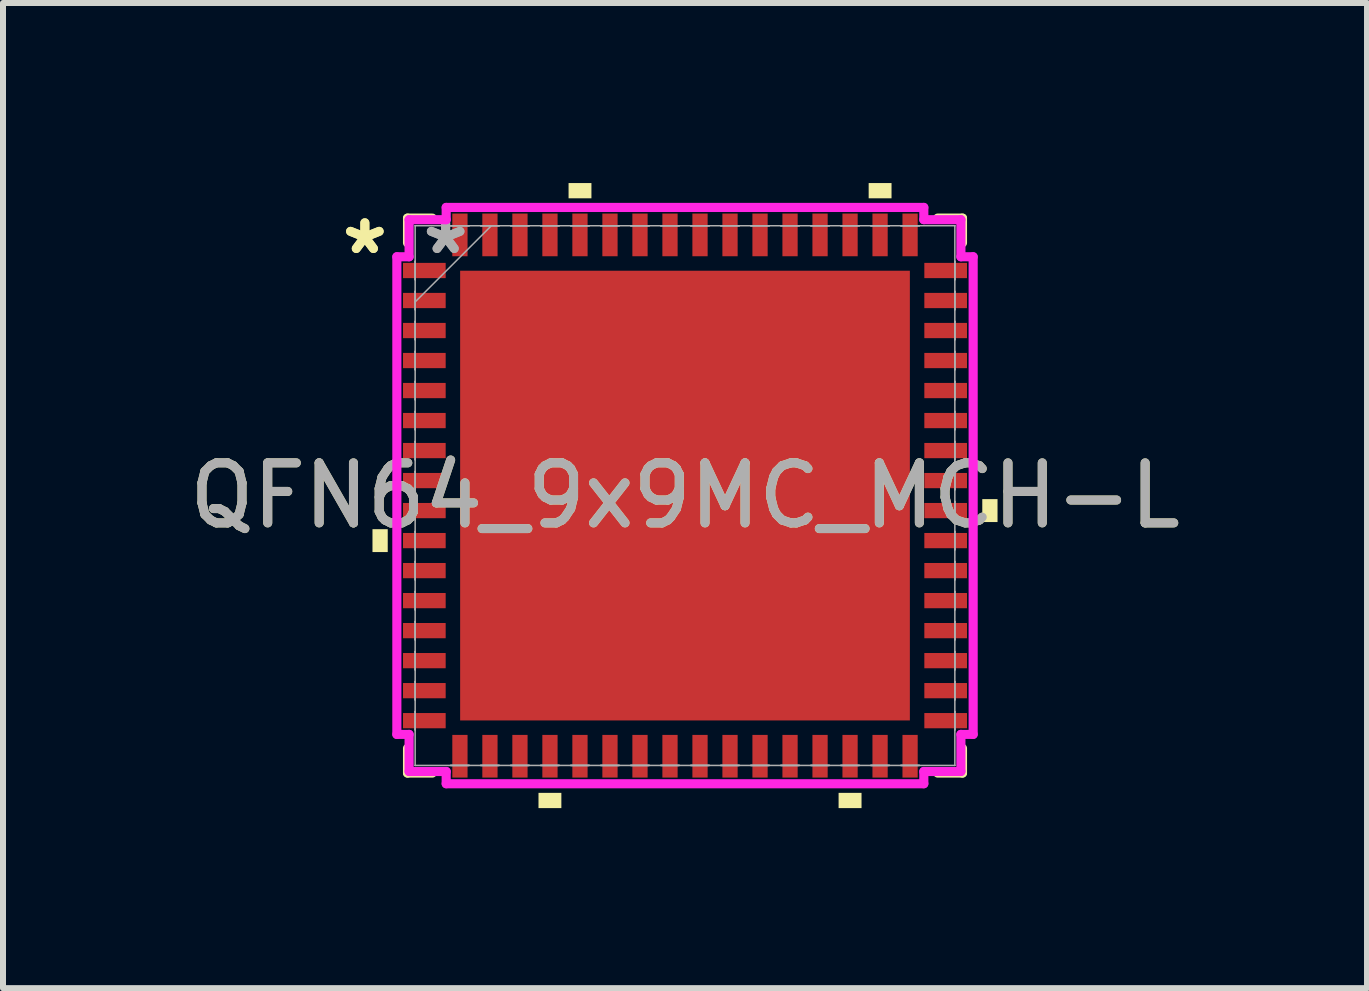
<source format=kicad_pcb>
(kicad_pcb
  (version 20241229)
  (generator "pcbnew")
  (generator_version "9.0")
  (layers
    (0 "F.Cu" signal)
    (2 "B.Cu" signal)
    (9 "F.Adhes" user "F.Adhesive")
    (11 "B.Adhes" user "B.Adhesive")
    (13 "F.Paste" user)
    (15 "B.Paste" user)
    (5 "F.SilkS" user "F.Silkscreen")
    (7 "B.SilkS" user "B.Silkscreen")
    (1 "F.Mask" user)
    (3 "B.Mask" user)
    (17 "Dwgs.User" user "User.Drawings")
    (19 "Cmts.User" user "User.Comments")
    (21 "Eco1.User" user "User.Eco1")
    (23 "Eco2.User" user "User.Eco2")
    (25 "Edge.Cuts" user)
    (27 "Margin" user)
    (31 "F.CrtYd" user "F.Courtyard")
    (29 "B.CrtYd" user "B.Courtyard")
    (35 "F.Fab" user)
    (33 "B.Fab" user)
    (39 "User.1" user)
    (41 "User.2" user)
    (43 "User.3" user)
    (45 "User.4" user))
  (footprint "QFN64_9x9MC_MCH-L"
    (layer "F.Cu")
    (at 8.363 5.207)
    (property "Reference" "QFN64_9x9MC_MCH-L" (at 0 0 0) (unlocked yes) (layer "F.SilkS") (effects (font (size 1 1) (thickness 0.15))))
    (attr smd)
    (fp_line (start -4.623 -4.623) (end -4.623 -4.21) (stroke (width 0.152) (type solid)) (layer "F.SilkS"))
    (fp_line (start -4.623 4.21) (end -4.623 4.623) (stroke (width 0.152) (type solid)) (layer "F.SilkS"))
    (fp_line (start -4.623 4.623) (end -4.21 4.623) (stroke (width 0.152) (type solid)) (layer "F.SilkS"))
    (fp_line (start -4.21 -4.623) (end -4.623 -4.623) (stroke (width 0.152) (type solid)) (layer "F.SilkS"))
    (fp_line (start 4.21 4.623) (end 4.623 4.623) (stroke (width 0.152) (type solid)) (layer "F.SilkS"))
    (fp_line (start 4.623 -4.623) (end 4.21 -4.623) (stroke (width 0.152) (type solid)) (layer "F.SilkS"))
    (fp_line (start 4.623 -4.21) (end 4.623 -4.623) (stroke (width 0.152) (type solid)) (layer "F.SilkS"))
    (fp_line (start 4.623 4.623) (end 4.623 4.21) (stroke (width 0.152) (type solid)) (layer "F.SilkS"))
    (fp_poly (pts (xy -5.207 0.56) (xy -5.207 0.941) (xy -4.953 0.941) (xy -4.953 0.56)) (stroke (width 0) (type solid)) (fill yes) (layer "F.SilkS"))
    (fp_poly (pts (xy -2.441 4.953) (xy -2.441 5.207) (xy -2.06 5.207) (xy -2.06 4.953)) (stroke (width 0) (type solid)) (fill yes) (layer "F.SilkS"))
    (fp_poly (pts (xy -1.94 -4.953) (xy -1.94 -5.207) (xy -1.559 -5.207) (xy -1.559 -4.953)) (stroke (width 0) (type solid)) (fill yes) (layer "F.SilkS"))
    (fp_poly (pts (xy 2.559 4.953) (xy 2.559 5.207) (xy 2.941 5.207) (xy 2.941 4.953)) (stroke (width 0) (type solid)) (fill yes) (layer "F.SilkS"))
    (fp_poly (pts (xy 3.06 -4.953) (xy 3.06 -5.207) (xy 3.441 -5.207) (xy 3.441 -4.953)) (stroke (width 0) (type solid)) (fill yes) (layer "F.SilkS"))
    (fp_poly (pts (xy 5.207 0.059) (xy 5.207 0.441) (xy 4.953 0.441) (xy 4.953 0.059)) (stroke (width 0) (type solid)) (fill yes) (layer "F.SilkS"))
    (fp_poly (pts (xy -3.647 -3.647) (xy -3.647 -2.348) (xy -2.348 -2.348) (xy -2.348 -3.647)) (stroke (width 0) (type solid)) (fill yes) (layer "F.Paste"))
    (fp_poly (pts (xy -3.647 -2.148) (xy -3.647 -0.849) (xy -2.348 -0.849) (xy -2.348 -2.148)) (stroke (width 0) (type solid)) (fill yes) (layer "F.Paste"))
    (fp_poly (pts (xy -3.647 -0.649) (xy -3.647 0.649) (xy -2.348 0.649) (xy -2.348 -0.649)) (stroke (width 0) (type solid)) (fill yes) (layer "F.Paste"))
    (fp_poly (pts (xy -3.647 0.849) (xy -3.647 2.148) (xy -2.348 2.148) (xy -2.348 0.849)) (stroke (width 0) (type solid)) (fill yes) (layer "F.Paste"))
    (fp_poly (pts (xy -3.647 2.348) (xy -3.647 3.647) (xy -2.348 3.647) (xy -2.348 2.348)) (stroke (width 0) (type solid)) (fill yes) (layer "F.Paste"))
    (fp_poly (pts (xy -2.148 -3.647) (xy -2.148 -2.348) (xy -0.849 -2.348) (xy -0.849 -3.647)) (stroke (width 0) (type solid)) (fill yes) (layer "F.Paste"))
    (fp_poly (pts (xy -2.148 -2.148) (xy -2.148 -0.849) (xy -0.849 -0.849) (xy -0.849 -2.148)) (stroke (width 0) (type solid)) (fill yes) (layer "F.Paste"))
    (fp_poly (pts (xy -2.148 -0.649) (xy -2.148 0.649) (xy -0.849 0.649) (xy -0.849 -0.649)) (stroke (width 0) (type solid)) (fill yes) (layer "F.Paste"))
    (fp_poly (pts (xy -2.148 0.849) (xy -2.148 2.148) (xy -0.849 2.148) (xy -0.849 0.849)) (stroke (width 0) (type solid)) (fill yes) (layer "F.Paste"))
    (fp_poly (pts (xy -2.148 2.348) (xy -2.148 3.647) (xy -0.849 3.647) (xy -0.849 2.348)) (stroke (width 0) (type solid)) (fill yes) (layer "F.Paste"))
    (fp_poly (pts (xy -0.649 -3.647) (xy -0.649 -2.348) (xy 0.649 -2.348) (xy 0.649 -3.647)) (stroke (width 0) (type solid)) (fill yes) (layer "F.Paste"))
    (fp_poly (pts (xy -0.649 -2.148) (xy -0.649 -0.849) (xy 0.649 -0.849) (xy 0.649 -2.148)) (stroke (width 0) (type solid)) (fill yes) (layer "F.Paste"))
    (fp_poly (pts (xy -0.649 -0.649) (xy -0.649 0.649) (xy 0.649 0.649) (xy 0.649 -0.649)) (stroke (width 0) (type solid)) (fill yes) (layer "F.Paste"))
    (fp_poly (pts (xy -0.649 0.849) (xy -0.649 2.148) (xy 0.649 2.148) (xy 0.649 0.849)) (stroke (width 0) (type solid)) (fill yes) (layer "F.Paste"))
    (fp_poly (pts (xy -0.649 2.348) (xy -0.649 3.647) (xy 0.649 3.647) (xy 0.649 2.348)) (stroke (width 0) (type solid)) (fill yes) (layer "F.Paste"))
    (fp_poly (pts (xy 0.849 -3.647) (xy 0.849 -2.348) (xy 2.148 -2.348) (xy 2.148 -3.647)) (stroke (width 0) (type solid)) (fill yes) (layer "F.Paste"))
    (fp_poly (pts (xy 0.849 -2.148) (xy 0.849 -0.849) (xy 2.148 -0.849) (xy 2.148 -2.148)) (stroke (width 0) (type solid)) (fill yes) (layer "F.Paste"))
    (fp_poly (pts (xy 0.849 -0.649) (xy 0.849 0.649) (xy 2.148 0.649) (xy 2.148 -0.649)) (stroke (width 0) (type solid)) (fill yes) (layer "F.Paste"))
    (fp_poly (pts (xy 0.849 0.849) (xy 0.849 2.148) (xy 2.148 2.148) (xy 2.148 0.849)) (stroke (width 0) (type solid)) (fill yes) (layer "F.Paste"))
    (fp_poly (pts (xy 0.849 2.348) (xy 0.849 3.647) (xy 2.148 3.647) (xy 2.148 2.348)) (stroke (width 0) (type solid)) (fill yes) (layer "F.Paste"))
    (fp_poly (pts (xy 2.348 -3.647) (xy 2.348 -2.348) (xy 3.647 -2.348) (xy 3.647 -3.647)) (stroke (width 0) (type solid)) (fill yes) (layer "F.Paste"))
    (fp_poly (pts (xy 2.348 -2.148) (xy 2.348 -0.849) (xy 3.647 -0.849) (xy 3.647 -2.148)) (stroke (width 0) (type solid)) (fill yes) (layer "F.Paste"))
    (fp_poly (pts (xy 2.348 -0.649) (xy 2.348 0.649) (xy 3.647 0.649) (xy 3.647 -0.649)) (stroke (width 0) (type solid)) (fill yes) (layer "F.Paste"))
    (fp_poly (pts (xy 2.348 0.849) (xy 2.348 2.148) (xy 3.647 2.148) (xy 3.647 0.849)) (stroke (width 0) (type solid)) (fill yes) (layer "F.Paste"))
    (fp_poly (pts (xy 2.348 2.348) (xy 2.348 3.647) (xy 3.647 3.647) (xy 3.647 2.348)) (stroke (width 0) (type solid)) (fill yes) (layer "F.Paste"))
    (fp_line (start -4.801 -3.979) (end -4.597 -3.979) (stroke (width 0.152) (type solid)) (layer "F.CrtYd"))
    (fp_line (start -4.801 3.979) (end -4.801 -3.979) (stroke (width 0.152) (type solid)) (layer "F.CrtYd"))
    (fp_line (start -4.597 -4.597) (end -3.979 -4.597) (stroke (width 0.152) (type solid)) (layer "F.CrtYd"))
    (fp_line (start -4.597 -3.979) (end -4.597 -4.597) (stroke (width 0.152) (type solid)) (layer "F.CrtYd"))
    (fp_line (start -4.597 3.979) (end -4.801 3.979) (stroke (width 0.152) (type solid)) (layer "F.CrtYd"))
    (fp_line (start -4.597 4.597) (end -4.597 3.979) (stroke (width 0.152) (type solid)) (layer "F.CrtYd"))
    (fp_line (start -3.979 -4.801) (end 3.979 -4.801) (stroke (width 0.152) (type solid)) (layer "F.CrtYd"))
    (fp_line (start -3.979 -4.597) (end -3.979 -4.801) (stroke (width 0.152) (type solid)) (layer "F.CrtYd"))
    (fp_line (start -3.979 4.597) (end -4.597 4.597) (stroke (width 0.152) (type solid)) (layer "F.CrtYd"))
    (fp_line (start -3.979 4.801) (end -3.979 4.597) (stroke (width 0.152) (type solid)) (layer "F.CrtYd"))
    (fp_line (start 3.979 -4.801) (end 3.979 -4.597) (stroke (width 0.152) (type solid)) (layer "F.CrtYd"))
    (fp_line (start 3.979 -4.597) (end 4.597 -4.597) (stroke (width 0.152) (type solid)) (layer "F.CrtYd"))
    (fp_line (start 3.979 4.597) (end 3.979 4.801) (stroke (width 0.152) (type solid)) (layer "F.CrtYd"))
    (fp_line (start 3.979 4.801) (end -3.979 4.801) (stroke (width 0.152) (type solid)) (layer "F.CrtYd"))
    (fp_line (start 4.597 -4.597) (end 4.597 -3.979) (stroke (width 0.152) (type solid)) (layer "F.CrtYd"))
    (fp_line (start 4.597 -3.979) (end 4.801 -3.979) (stroke (width 0.152) (type solid)) (layer "F.CrtYd"))
    (fp_line (start 4.597 3.979) (end 4.597 4.597) (stroke (width 0.152) (type solid)) (layer "F.CrtYd"))
    (fp_line (start 4.597 4.597) (end 3.979 4.597) (stroke (width 0.152) (type solid)) (layer "F.CrtYd"))
    (fp_line (start 4.801 -3.979) (end 4.801 3.979) (stroke (width 0.152) (type solid)) (layer "F.CrtYd"))
    (fp_line (start 4.801 3.979) (end 4.597 3.979) (stroke (width 0.152) (type solid)) (layer "F.CrtYd"))
    (fp_line (start -4.496 -4.496) (end -4.496 -4.496) (stroke (width 0.025) (type solid)) (layer "F.Fab"))
    (fp_line (start -4.496 -4.496) (end -4.496 4.496) (stroke (width 0.025) (type solid)) (layer "F.Fab"))
    (fp_line (start -4.496 -3.902) (end -4.496 -3.902) (stroke (width 0.025) (type solid)) (layer "F.Fab"))
    (fp_line (start -4.496 -3.902) (end -4.496 -3.598) (stroke (width 0.025) (type solid)) (layer "F.Fab"))
    (fp_line (start -4.496 -3.598) (end -4.496 -3.902) (stroke (width 0.025) (type solid)) (layer "F.Fab"))
    (fp_line (start -4.496 -3.598) (end -4.496 -3.598) (stroke (width 0.025) (type solid)) (layer "F.Fab"))
    (fp_line (start -4.496 -3.402) (end -4.496 -3.402) (stroke (width 0.025) (type solid)) (layer "F.Fab"))
    (fp_line (start -4.496 -3.402) (end -4.496 -3.098) (stroke (width 0.025) (type solid)) (layer "F.Fab"))
    (fp_line (start -4.496 -3.226) (end -3.226 -4.496) (stroke (width 0.025) (type solid)) (layer "F.Fab"))
    (fp_line (start -4.496 -3.098) (end -4.496 -3.402) (stroke (width 0.025) (type solid)) (layer "F.Fab"))
    (fp_line (start -4.496 -3.098) (end -4.496 -3.098) (stroke (width 0.025) (type solid)) (layer "F.Fab"))
    (fp_line (start -4.496 -2.902) (end -4.496 -2.902) (stroke (width 0.025) (type solid)) (layer "F.Fab"))
    (fp_line (start -4.496 -2.902) (end -4.496 -2.598) (stroke (width 0.025) (type solid)) (layer "F.Fab"))
    (fp_line (start -4.496 -2.598) (end -4.496 -2.902) (stroke (width 0.025) (type solid)) (layer "F.Fab"))
    (fp_line (start -4.496 -2.598) (end -4.496 -2.598) (stroke (width 0.025) (type solid)) (layer "F.Fab"))
    (fp_line (start -4.496 -2.402) (end -4.496 -2.402) (stroke (width 0.025) (type solid)) (layer "F.Fab"))
    (fp_line (start -4.496 -2.402) (end -4.496 -2.098) (stroke (width 0.025) (type solid)) (layer "F.Fab"))
    (fp_line (start -4.496 -2.098) (end -4.496 -2.402) (stroke (width 0.025) (type solid)) (layer "F.Fab"))
    (fp_line (start -4.496 -2.098) (end -4.496 -2.098) (stroke (width 0.025) (type solid)) (layer "F.Fab"))
    (fp_line (start -4.496 -1.902) (end -4.496 -1.902) (stroke (width 0.025) (type solid)) (layer "F.Fab"))
    (fp_line (start -4.496 -1.902) (end -4.496 -1.598) (stroke (width 0.025) (type solid)) (layer "F.Fab"))
    (fp_line (start -4.496 -1.598) (end -4.496 -1.902) (stroke (width 0.025) (type solid)) (layer "F.Fab"))
    (fp_line (start -4.496 -1.598) (end -4.496 -1.598) (stroke (width 0.025) (type solid)) (layer "F.Fab"))
    (fp_line (start -4.496 -1.402) (end -4.496 -1.402) (stroke (width 0.025) (type solid)) (layer "F.Fab"))
    (fp_line (start -4.496 -1.402) (end -4.496 -1.098) (stroke (width 0.025) (type solid)) (layer "F.Fab"))
    (fp_line (start -4.496 -1.098) (end -4.496 -1.402) (stroke (width 0.025) (type solid)) (layer "F.Fab"))
    (fp_line (start -4.496 -1.098) (end -4.496 -1.098) (stroke (width 0.025) (type solid)) (layer "F.Fab"))
    (fp_line (start -4.496 -0.902) (end -4.496 -0.902) (stroke (width 0.025) (type solid)) (layer "F.Fab"))
    (fp_line (start -4.496 -0.902) (end -4.496 -0.598) (stroke (width 0.025) (type solid)) (layer "F.Fab"))
    (fp_line (start -4.496 -0.598) (end -4.496 -0.902) (stroke (width 0.025) (type solid)) (layer "F.Fab"))
    (fp_line (start -4.496 -0.598) (end -4.496 -0.598) (stroke (width 0.025) (type solid)) (layer "F.Fab"))
    (fp_line (start -4.496 -0.402) (end -4.496 -0.402) (stroke (width 0.025) (type solid)) (layer "F.Fab"))
    (fp_line (start -4.496 -0.402) (end -4.496 -0.098) (stroke (width 0.025) (type solid)) (layer "F.Fab"))
    (fp_line (start -4.496 -0.098) (end -4.496 -0.402) (stroke (width 0.025) (type solid)) (layer "F.Fab"))
    (fp_line (start -4.496 -0.098) (end -4.496 -0.098) (stroke (width 0.025) (type solid)) (layer "F.Fab"))
    (fp_line (start -4.496 0.098) (end -4.496 0.098) (stroke (width 0.025) (type solid)) (layer "F.Fab"))
    (fp_line (start -4.496 0.098) (end -4.496 0.402) (stroke (width 0.025) (type solid)) (layer "F.Fab"))
    (fp_line (start -4.496 0.402) (end -4.496 0.098) (stroke (width 0.025) (type solid)) (layer "F.Fab"))
    (fp_line (start -4.496 0.402) (end -4.496 0.402) (stroke (width 0.025) (type solid)) (layer "F.Fab"))
    (fp_line (start -4.496 0.598) (end -4.496 0.598) (stroke (width 0.025) (type solid)) (layer "F.Fab"))
    (fp_line (start -4.496 0.598) (end -4.496 0.902) (stroke (width 0.025) (type solid)) (layer "F.Fab"))
    (fp_line (start -4.496 0.902) (end -4.496 0.598) (stroke (width 0.025) (type solid)) (layer "F.Fab"))
    (fp_line (start -4.496 0.902) (end -4.496 0.902) (stroke (width 0.025) (type solid)) (layer "F.Fab"))
    (fp_line (start -4.496 1.098) (end -4.496 1.098) (stroke (width 0.025) (type solid)) (layer "F.Fab"))
    (fp_line (start -4.496 1.098) (end -4.496 1.402) (stroke (width 0.025) (type solid)) (layer "F.Fab"))
    (fp_line (start -4.496 1.402) (end -4.496 1.098) (stroke (width 0.025) (type solid)) (layer "F.Fab"))
    (fp_line (start -4.496 1.402) (end -4.496 1.402) (stroke (width 0.025) (type solid)) (layer "F.Fab"))
    (fp_line (start -4.496 1.598) (end -4.496 1.598) (stroke (width 0.025) (type solid)) (layer "F.Fab"))
    (fp_line (start -4.496 1.598) (end -4.496 1.902) (stroke (width 0.025) (type solid)) (layer "F.Fab"))
    (fp_line (start -4.496 1.902) (end -4.496 1.598) (stroke (width 0.025) (type solid)) (layer "F.Fab"))
    (fp_line (start -4.496 1.902) (end -4.496 1.902) (stroke (width 0.025) (type solid)) (layer "F.Fab"))
    (fp_line (start -4.496 2.098) (end -4.496 2.098) (stroke (width 0.025) (type solid)) (layer "F.Fab"))
    (fp_line (start -4.496 2.098) (end -4.496 2.402) (stroke (width 0.025) (type solid)) (layer "F.Fab"))
    (fp_line (start -4.496 2.402) (end -4.496 2.098) (stroke (width 0.025) (type solid)) (layer "F.Fab"))
    (fp_line (start -4.496 2.402) (end -4.496 2.402) (stroke (width 0.025) (type solid)) (layer "F.Fab"))
    (fp_line (start -4.496 2.598) (end -4.496 2.598) (stroke (width 0.025) (type solid)) (layer "F.Fab"))
    (fp_line (start -4.496 2.598) (end -4.496 2.902) (stroke (width 0.025) (type solid)) (layer "F.Fab"))
    (fp_line (start -4.496 2.902) (end -4.496 2.598) (stroke (width 0.025) (type solid)) (layer "F.Fab"))
    (fp_line (start -4.496 2.902) (end -4.496 2.902) (stroke (width 0.025) (type solid)) (layer "F.Fab"))
    (fp_line (start -4.496 3.098) (end -4.496 3.098) (stroke (width 0.025) (type solid)) (layer "F.Fab"))
    (fp_line (start -4.496 3.098) (end -4.496 3.402) (stroke (width 0.025) (type solid)) (layer "F.Fab"))
    (fp_line (start -4.496 3.402) (end -4.496 3.098) (stroke (width 0.025) (type solid)) (layer "F.Fab"))
    (fp_line (start -4.496 3.402) (end -4.496 3.402) (stroke (width 0.025) (type solid)) (layer "F.Fab"))
    (fp_line (start -4.496 3.598) (end -4.496 3.598) (stroke (width 0.025) (type solid)) (layer "F.Fab"))
    (fp_line (start -4.496 3.598) (end -4.496 3.902) (stroke (width 0.025) (type solid)) (layer "F.Fab"))
    (fp_line (start -4.496 3.902) (end -4.496 3.598) (stroke (width 0.025) (type solid)) (layer "F.Fab"))
    (fp_line (start -4.496 3.902) (end -4.496 3.902) (stroke (width 0.025) (type solid)) (layer "F.Fab"))
    (fp_line (start -4.496 4.496) (end -4.496 4.496) (stroke (width 0.025) (type solid)) (layer "F.Fab"))
    (fp_line (start -4.496 4.496) (end 4.496 4.496) (stroke (width 0.025) (type solid)) (layer "F.Fab"))
    (fp_line (start -3.902 -4.496) (end -3.902 -4.496) (stroke (width 0.025) (type solid)) (layer "F.Fab"))
    (fp_line (start -3.902 -4.496) (end -3.598 -4.496) (stroke (width 0.025) (type solid)) (layer "F.Fab"))
    (fp_line (start -3.902 4.496) (end -3.902 4.496) (stroke (width 0.025) (type solid)) (layer "F.Fab"))
    (fp_line (start -3.902 4.496) (end -3.598 4.496) (stroke (width 0.025) (type solid)) (layer "F.Fab"))
    (fp_line (start -3.598 -4.496) (end -3.902 -4.496) (stroke (width 0.025) (type solid)) (layer "F.Fab"))
    (fp_line (start -3.598 -4.496) (end -3.598 -4.496) (stroke (width 0.025) (type solid)) (layer "F.Fab"))
    (fp_line (start -3.598 4.496) (end -3.902 4.496) (stroke (width 0.025) (type solid)) (layer "F.Fab"))
    (fp_line (start -3.598 4.496) (end -3.598 4.496) (stroke (width 0.025) (type solid)) (layer "F.Fab"))
    (fp_line (start -3.402 -4.496) (end -3.402 -4.496) (stroke (width 0.025) (type solid)) (layer "F.Fab"))
    (fp_line (start -3.402 -4.496) (end -3.098 -4.496) (stroke (width 0.025) (type solid)) (layer "F.Fab"))
    (fp_line (start -3.402 4.496) (end -3.402 4.496) (stroke (width 0.025) (type solid)) (layer "F.Fab"))
    (fp_line (start -3.402 4.496) (end -3.098 4.496) (stroke (width 0.025) (type solid)) (layer "F.Fab"))
    (fp_line (start -3.098 -4.496) (end -3.402 -4.496) (stroke (width 0.025) (type solid)) (layer "F.Fab"))
    (fp_line (start -3.098 -4.496) (end -3.098 -4.496) (stroke (width 0.025) (type solid)) (layer "F.Fab"))
    (fp_line (start -3.098 4.496) (end -3.402 4.496) (stroke (width 0.025) (type solid)) (layer "F.Fab"))
    (fp_line (start -3.098 4.496) (end -3.098 4.496) (stroke (width 0.025) (type solid)) (layer "F.Fab"))
    (fp_line (start -2.902 -4.496) (end -2.902 -4.496) (stroke (width 0.025) (type solid)) (layer "F.Fab"))
    (fp_line (start -2.902 -4.496) (end -2.598 -4.496) (stroke (width 0.025) (type solid)) (layer "F.Fab"))
    (fp_line (start -2.902 4.496) (end -2.902 4.496) (stroke (width 0.025) (type solid)) (layer "F.Fab"))
    (fp_line (start -2.902 4.496) (end -2.598 4.496) (stroke (width 0.025) (type solid)) (layer "F.Fab"))
    (fp_line (start -2.598 -4.496) (end -2.902 -4.496) (stroke (width 0.025) (type solid)) (layer "F.Fab"))
    (fp_line (start -2.598 -4.496) (end -2.598 -4.496) (stroke (width 0.025) (type solid)) (layer "F.Fab"))
    (fp_line (start -2.598 4.496) (end -2.902 4.496) (stroke (width 0.025) (type solid)) (layer "F.Fab"))
    (fp_line (start -2.598 4.496) (end -2.598 4.496) (stroke (width 0.025) (type solid)) (layer "F.Fab"))
    (fp_line (start -2.402 -4.496) (end -2.402 -4.496) (stroke (width 0.025) (type solid)) (layer "F.Fab"))
    (fp_line (start -2.402 -4.496) (end -2.098 -4.496) (stroke (width 0.025) (type solid)) (layer "F.Fab"))
    (fp_line (start -2.402 4.496) (end -2.402 4.496) (stroke (width 0.025) (type solid)) (layer "F.Fab"))
    (fp_line (start -2.402 4.496) (end -2.098 4.496) (stroke (width 0.025) (type solid)) (layer "F.Fab"))
    (fp_line (start -2.098 -4.496) (end -2.402 -4.496) (stroke (width 0.025) (type solid)) (layer "F.Fab"))
    (fp_line (start -2.098 -4.496) (end -2.098 -4.496) (stroke (width 0.025) (type solid)) (layer "F.Fab"))
    (fp_line (start -2.098 4.496) (end -2.402 4.496) (stroke (width 0.025) (type solid)) (layer "F.Fab"))
    (fp_line (start -2.098 4.496) (end -2.098 4.496) (stroke (width 0.025) (type solid)) (layer "F.Fab"))
    (fp_line (start -1.902 -4.496) (end -1.902 -4.496) (stroke (width 0.025) (type solid)) (layer "F.Fab"))
    (fp_line (start -1.902 -4.496) (end -1.598 -4.496) (stroke (width 0.025) (type solid)) (layer "F.Fab"))
    (fp_line (start -1.902 4.496) (end -1.902 4.496) (stroke (width 0.025) (type solid)) (layer "F.Fab"))
    (fp_line (start -1.902 4.496) (end -1.598 4.496) (stroke (width 0.025) (type solid)) (layer "F.Fab"))
    (fp_line (start -1.598 -4.496) (end -1.902 -4.496) (stroke (width 0.025) (type solid)) (layer "F.Fab"))
    (fp_line (start -1.598 -4.496) (end -1.598 -4.496) (stroke (width 0.025) (type solid)) (layer "F.Fab"))
    (fp_line (start -1.598 4.496) (end -1.902 4.496) (stroke (width 0.025) (type solid)) (layer "F.Fab"))
    (fp_line (start -1.598 4.496) (end -1.598 4.496) (stroke (width 0.025) (type solid)) (layer "F.Fab"))
    (fp_line (start -1.402 -4.496) (end -1.402 -4.496) (stroke (width 0.025) (type solid)) (layer "F.Fab"))
    (fp_line (start -1.402 -4.496) (end -1.098 -4.496) (stroke (width 0.025) (type solid)) (layer "F.Fab"))
    (fp_line (start -1.402 4.496) (end -1.402 4.496) (stroke (width 0.025) (type solid)) (layer "F.Fab"))
    (fp_line (start -1.402 4.496) (end -1.098 4.496) (stroke (width 0.025) (type solid)) (layer "F.Fab"))
    (fp_line (start -1.098 -4.496) (end -1.402 -4.496) (stroke (width 0.025) (type solid)) (layer "F.Fab"))
    (fp_line (start -1.098 -4.496) (end -1.098 -4.496) (stroke (width 0.025) (type solid)) (layer "F.Fab"))
    (fp_line (start -1.098 4.496) (end -1.402 4.496) (stroke (width 0.025) (type solid)) (layer "F.Fab"))
    (fp_line (start -1.098 4.496) (end -1.098 4.496) (stroke (width 0.025) (type solid)) (layer "F.Fab"))
    (fp_line (start -0.902 -4.496) (end -0.902 -4.496) (stroke (width 0.025) (type solid)) (layer "F.Fab"))
    (fp_line (start -0.902 -4.496) (end -0.598 -4.496) (stroke (width 0.025) (type solid)) (layer "F.Fab"))
    (fp_line (start -0.902 4.496) (end -0.902 4.496) (stroke (width 0.025) (type solid)) (layer "F.Fab"))
    (fp_line (start -0.902 4.496) (end -0.598 4.496) (stroke (width 0.025) (type solid)) (layer "F.Fab"))
    (fp_line (start -0.598 -4.496) (end -0.902 -4.496) (stroke (width 0.025) (type solid)) (layer "F.Fab"))
    (fp_line (start -0.598 -4.496) (end -0.598 -4.496) (stroke (width 0.025) (type solid)) (layer "F.Fab"))
    (fp_line (start -0.598 4.496) (end -0.902 4.496) (stroke (width 0.025) (type solid)) (layer "F.Fab"))
    (fp_line (start -0.598 4.496) (end -0.598 4.496) (stroke (width 0.025) (type solid)) (layer "F.Fab"))
    (fp_line (start -0.402 -4.496) (end -0.402 -4.496) (stroke (width 0.025) (type solid)) (layer "F.Fab"))
    (fp_line (start -0.402 -4.496) (end -0.098 -4.496) (stroke (width 0.025) (type solid)) (layer "F.Fab"))
    (fp_line (start -0.402 4.496) (end -0.402 4.496) (stroke (width 0.025) (type solid)) (layer "F.Fab"))
    (fp_line (start -0.402 4.496) (end -0.098 4.496) (stroke (width 0.025) (type solid)) (layer "F.Fab"))
    (fp_line (start -0.098 -4.496) (end -0.402 -4.496) (stroke (width 0.025) (type solid)) (layer "F.Fab"))
    (fp_line (start -0.098 -4.496) (end -0.098 -4.496) (stroke (width 0.025) (type solid)) (layer "F.Fab"))
    (fp_line (start -0.098 4.496) (end -0.402 4.496) (stroke (width 0.025) (type solid)) (layer "F.Fab"))
    (fp_line (start -0.098 4.496) (end -0.098 4.496) (stroke (width 0.025) (type solid)) (layer "F.Fab"))
    (fp_line (start 0.098 -4.496) (end 0.098 -4.496) (stroke (width 0.025) (type solid)) (layer "F.Fab"))
    (fp_line (start 0.098 -4.496) (end 0.402 -4.496) (stroke (width 0.025) (type solid)) (layer "F.Fab"))
    (fp_line (start 0.098 4.496) (end 0.098 4.496) (stroke (width 0.025) (type solid)) (layer "F.Fab"))
    (fp_line (start 0.098 4.496) (end 0.402 4.496) (stroke (width 0.025) (type solid)) (layer "F.Fab"))
    (fp_line (start 0.402 -4.496) (end 0.098 -4.496) (stroke (width 0.025) (type solid)) (layer "F.Fab"))
    (fp_line (start 0.402 -4.496) (end 0.402 -4.496) (stroke (width 0.025) (type solid)) (layer "F.Fab"))
    (fp_line (start 0.402 4.496) (end 0.098 4.496) (stroke (width 0.025) (type solid)) (layer "F.Fab"))
    (fp_line (start 0.402 4.496) (end 0.402 4.496) (stroke (width 0.025) (type solid)) (layer "F.Fab"))
    (fp_line (start 0.598 -4.496) (end 0.598 -4.496) (stroke (width 0.025) (type solid)) (layer "F.Fab"))
    (fp_line (start 0.598 -4.496) (end 0.902 -4.496) (stroke (width 0.025) (type solid)) (layer "F.Fab"))
    (fp_line (start 0.598 4.496) (end 0.598 4.496) (stroke (width 0.025) (type solid)) (layer "F.Fab"))
    (fp_line (start 0.598 4.496) (end 0.902 4.496) (stroke (width 0.025) (type solid)) (layer "F.Fab"))
    (fp_line (start 0.902 -4.496) (end 0.598 -4.496) (stroke (width 0.025) (type solid)) (layer "F.Fab"))
    (fp_line (start 0.902 -4.496) (end 0.902 -4.496) (stroke (width 0.025) (type solid)) (layer "F.Fab"))
    (fp_line (start 0.902 4.496) (end 0.598 4.496) (stroke (width 0.025) (type solid)) (layer "F.Fab"))
    (fp_line (start 0.902 4.496) (end 0.902 4.496) (stroke (width 0.025) (type solid)) (layer "F.Fab"))
    (fp_line (start 1.098 -4.496) (end 1.098 -4.496) (stroke (width 0.025) (type solid)) (layer "F.Fab"))
    (fp_line (start 1.098 -4.496) (end 1.402 -4.496) (stroke (width 0.025) (type solid)) (layer "F.Fab"))
    (fp_line (start 1.098 4.496) (end 1.098 4.496) (stroke (width 0.025) (type solid)) (layer "F.Fab"))
    (fp_line (start 1.098 4.496) (end 1.402 4.496) (stroke (width 0.025) (type solid)) (layer "F.Fab"))
    (fp_line (start 1.402 -4.496) (end 1.098 -4.496) (stroke (width 0.025) (type solid)) (layer "F.Fab"))
    (fp_line (start 1.402 -4.496) (end 1.402 -4.496) (stroke (width 0.025) (type solid)) (layer "F.Fab"))
    (fp_line (start 1.402 4.496) (end 1.098 4.496) (stroke (width 0.025) (type solid)) (layer "F.Fab"))
    (fp_line (start 1.402 4.496) (end 1.402 4.496) (stroke (width 0.025) (type solid)) (layer "F.Fab"))
    (fp_line (start 1.598 -4.496) (end 1.598 -4.496) (stroke (width 0.025) (type solid)) (layer "F.Fab"))
    (fp_line (start 1.598 -4.496) (end 1.902 -4.496) (stroke (width 0.025) (type solid)) (layer "F.Fab"))
    (fp_line (start 1.598 4.496) (end 1.598 4.496) (stroke (width 0.025) (type solid)) (layer "F.Fab"))
    (fp_line (start 1.598 4.496) (end 1.902 4.496) (stroke (width 0.025) (type solid)) (layer "F.Fab"))
    (fp_line (start 1.902 -4.496) (end 1.598 -4.496) (stroke (width 0.025) (type solid)) (layer "F.Fab"))
    (fp_line (start 1.902 -4.496) (end 1.902 -4.496) (stroke (width 0.025) (type solid)) (layer "F.Fab"))
    (fp_line (start 1.902 4.496) (end 1.598 4.496) (stroke (width 0.025) (type solid)) (layer "F.Fab"))
    (fp_line (start 1.902 4.496) (end 1.902 4.496) (stroke (width 0.025) (type solid)) (layer "F.Fab"))
    (fp_line (start 2.098 -4.496) (end 2.098 -4.496) (stroke (width 0.025) (type solid)) (layer "F.Fab"))
    (fp_line (start 2.098 -4.496) (end 2.402 -4.496) (stroke (width 0.025) (type solid)) (layer "F.Fab"))
    (fp_line (start 2.098 4.496) (end 2.098 4.496) (stroke (width 0.025) (type solid)) (layer "F.Fab"))
    (fp_line (start 2.098 4.496) (end 2.402 4.496) (stroke (width 0.025) (type solid)) (layer "F.Fab"))
    (fp_line (start 2.402 -4.496) (end 2.098 -4.496) (stroke (width 0.025) (type solid)) (layer "F.Fab"))
    (fp_line (start 2.402 -4.496) (end 2.402 -4.496) (stroke (width 0.025) (type solid)) (layer "F.Fab"))
    (fp_line (start 2.402 4.496) (end 2.098 4.496) (stroke (width 0.025) (type solid)) (layer "F.Fab"))
    (fp_line (start 2.402 4.496) (end 2.402 4.496) (stroke (width 0.025) (type solid)) (layer "F.Fab"))
    (fp_line (start 2.598 -4.496) (end 2.598 -4.496) (stroke (width 0.025) (type solid)) (layer "F.Fab"))
    (fp_line (start 2.598 -4.496) (end 2.902 -4.496) (stroke (width 0.025) (type solid)) (layer "F.Fab"))
    (fp_line (start 2.598 4.496) (end 2.598 4.496) (stroke (width 0.025) (type solid)) (layer "F.Fab"))
    (fp_line (start 2.598 4.496) (end 2.902 4.496) (stroke (width 0.025) (type solid)) (layer "F.Fab"))
    (fp_line (start 2.902 -4.496) (end 2.598 -4.496) (stroke (width 0.025) (type solid)) (layer "F.Fab"))
    (fp_line (start 2.902 -4.496) (end 2.902 -4.496) (stroke (width 0.025) (type solid)) (layer "F.Fab"))
    (fp_line (start 2.902 4.496) (end 2.598 4.496) (stroke (width 0.025) (type solid)) (layer "F.Fab"))
    (fp_line (start 2.902 4.496) (end 2.902 4.496) (stroke (width 0.025) (type solid)) (layer "F.Fab"))
    (fp_line (start 3.098 -4.496) (end 3.098 -4.496) (stroke (width 0.025) (type solid)) (layer "F.Fab"))
    (fp_line (start 3.098 -4.496) (end 3.402 -4.496) (stroke (width 0.025) (type solid)) (layer "F.Fab"))
    (fp_line (start 3.098 4.496) (end 3.098 4.496) (stroke (width 0.025) (type solid)) (layer "F.Fab"))
    (fp_line (start 3.098 4.496) (end 3.402 4.496) (stroke (width 0.025) (type solid)) (layer "F.Fab"))
    (fp_line (start 3.402 -4.496) (end 3.098 -4.496) (stroke (width 0.025) (type solid)) (layer "F.Fab"))
    (fp_line (start 3.402 -4.496) (end 3.402 -4.496) (stroke (width 0.025) (type solid)) (layer "F.Fab"))
    (fp_line (start 3.402 4.496) (end 3.098 4.496) (stroke (width 0.025) (type solid)) (layer "F.Fab"))
    (fp_line (start 3.402 4.496) (end 3.402 4.496) (stroke (width 0.025) (type solid)) (layer "F.Fab"))
    (fp_line (start 3.598 -4.496) (end 3.598 -4.496) (stroke (width 0.025) (type solid)) (layer "F.Fab"))
    (fp_line (start 3.598 -4.496) (end 3.902 -4.496) (stroke (width 0.025) (type solid)) (layer "F.Fab"))
    (fp_line (start 3.598 4.496) (end 3.598 4.496) (stroke (width 0.025) (type solid)) (layer "F.Fab"))
    (fp_line (start 3.598 4.496) (end 3.902 4.496) (stroke (width 0.025) (type solid)) (layer "F.Fab"))
    (fp_line (start 3.902 -4.496) (end 3.598 -4.496) (stroke (width 0.025) (type solid)) (layer "F.Fab"))
    (fp_line (start 3.902 -4.496) (end 3.902 -4.496) (stroke (width 0.025) (type solid)) (layer "F.Fab"))
    (fp_line (start 3.902 4.496) (end 3.598 4.496) (stroke (width 0.025) (type solid)) (layer "F.Fab"))
    (fp_line (start 3.902 4.496) (end 3.902 4.496) (stroke (width 0.025) (type solid)) (layer "F.Fab"))
    (fp_line (start 4.496 -4.496) (end -4.496 -4.496) (stroke (width 0.025) (type solid)) (layer "F.Fab"))
    (fp_line (start 4.496 -4.496) (end 4.496 -4.496) (stroke (width 0.025) (type solid)) (layer "F.Fab"))
    (fp_line (start 4.496 -3.902) (end 4.496 -3.902) (stroke (width 0.025) (type solid)) (layer "F.Fab"))
    (fp_line (start 4.496 -3.902) (end 4.496 -3.598) (stroke (width 0.025) (type solid)) (layer "F.Fab"))
    (fp_line (start 4.496 -3.598) (end 4.496 -3.902) (stroke (width 0.025) (type solid)) (layer "F.Fab"))
    (fp_line (start 4.496 -3.598) (end 4.496 -3.598) (stroke (width 0.025) (type solid)) (layer "F.Fab"))
    (fp_line (start 4.496 -3.402) (end 4.496 -3.402) (stroke (width 0.025) (type solid)) (layer "F.Fab"))
    (fp_line (start 4.496 -3.402) (end 4.496 -3.098) (stroke (width 0.025) (type solid)) (layer "F.Fab"))
    (fp_line (start 4.496 -3.098) (end 4.496 -3.402) (stroke (width 0.025) (type solid)) (layer "F.Fab"))
    (fp_line (start 4.496 -3.098) (end 4.496 -3.098) (stroke (width 0.025) (type solid)) (layer "F.Fab"))
    (fp_line (start 4.496 -2.902) (end 4.496 -2.902) (stroke (width 0.025) (type solid)) (layer "F.Fab"))
    (fp_line (start 4.496 -2.902) (end 4.496 -2.598) (stroke (width 0.025) (type solid)) (layer "F.Fab"))
    (fp_line (start 4.496 -2.598) (end 4.496 -2.902) (stroke (width 0.025) (type solid)) (layer "F.Fab"))
    (fp_line (start 4.496 -2.598) (end 4.496 -2.598) (stroke (width 0.025) (type solid)) (layer "F.Fab"))
    (fp_line (start 4.496 -2.402) (end 4.496 -2.402) (stroke (width 0.025) (type solid)) (layer "F.Fab"))
    (fp_line (start 4.496 -2.402) (end 4.496 -2.098) (stroke (width 0.025) (type solid)) (layer "F.Fab"))
    (fp_line (start 4.496 -2.098) (end 4.496 -2.402) (stroke (width 0.025) (type solid)) (layer "F.Fab"))
    (fp_line (start 4.496 -2.098) (end 4.496 -2.098) (stroke (width 0.025) (type solid)) (layer "F.Fab"))
    (fp_line (start 4.496 -1.902) (end 4.496 -1.902) (stroke (width 0.025) (type solid)) (layer "F.Fab"))
    (fp_line (start 4.496 -1.902) (end 4.496 -1.598) (stroke (width 0.025) (type solid)) (layer "F.Fab"))
    (fp_line (start 4.496 -1.598) (end 4.496 -1.902) (stroke (width 0.025) (type solid)) (layer "F.Fab"))
    (fp_line (start 4.496 -1.598) (end 4.496 -1.598) (stroke (width 0.025) (type solid)) (layer "F.Fab"))
    (fp_line (start 4.496 -1.402) (end 4.496 -1.402) (stroke (width 0.025) (type solid)) (layer "F.Fab"))
    (fp_line (start 4.496 -1.402) (end 4.496 -1.098) (stroke (width 0.025) (type solid)) (layer "F.Fab"))
    (fp_line (start 4.496 -1.098) (end 4.496 -1.402) (stroke (width 0.025) (type solid)) (layer "F.Fab"))
    (fp_line (start 4.496 -1.098) (end 4.496 -1.098) (stroke (width 0.025) (type solid)) (layer "F.Fab"))
    (fp_line (start 4.496 -0.902) (end 4.496 -0.902) (stroke (width 0.025) (type solid)) (layer "F.Fab"))
    (fp_line (start 4.496 -0.902) (end 4.496 -0.598) (stroke (width 0.025) (type solid)) (layer "F.Fab"))
    (fp_line (start 4.496 -0.598) (end 4.496 -0.902) (stroke (width 0.025) (type solid)) (layer "F.Fab"))
    (fp_line (start 4.496 -0.598) (end 4.496 -0.598) (stroke (width 0.025) (type solid)) (layer "F.Fab"))
    (fp_line (start 4.496 -0.402) (end 4.496 -0.402) (stroke (width 0.025) (type solid)) (layer "F.Fab"))
    (fp_line (start 4.496 -0.402) (end 4.496 -0.098) (stroke (width 0.025) (type solid)) (layer "F.Fab"))
    (fp_line (start 4.496 -0.098) (end 4.496 -0.402) (stroke (width 0.025) (type solid)) (layer "F.Fab"))
    (fp_line (start 4.496 -0.098) (end 4.496 -0.098) (stroke (width 0.025) (type solid)) (layer "F.Fab"))
    (fp_line (start 4.496 0.098) (end 4.496 0.098) (stroke (width 0.025) (type solid)) (layer "F.Fab"))
    (fp_line (start 4.496 0.098) (end 4.496 0.402) (stroke (width 0.025) (type solid)) (layer "F.Fab"))
    (fp_line (start 4.496 0.402) (end 4.496 0.098) (stroke (width 0.025) (type solid)) (layer "F.Fab"))
    (fp_line (start 4.496 0.402) (end 4.496 0.402) (stroke (width 0.025) (type solid)) (layer "F.Fab"))
    (fp_line (start 4.496 0.598) (end 4.496 0.598) (stroke (width 0.025) (type solid)) (layer "F.Fab"))
    (fp_line (start 4.496 0.598) (end 4.496 0.902) (stroke (width 0.025) (type solid)) (layer "F.Fab"))
    (fp_line (start 4.496 0.902) (end 4.496 0.598) (stroke (width 0.025) (type solid)) (layer "F.Fab"))
    (fp_line (start 4.496 0.902) (end 4.496 0.902) (stroke (width 0.025) (type solid)) (layer "F.Fab"))
    (fp_line (start 4.496 1.098) (end 4.496 1.098) (stroke (width 0.025) (type solid)) (layer "F.Fab"))
    (fp_line (start 4.496 1.098) (end 4.496 1.402) (stroke (width 0.025) (type solid)) (layer "F.Fab"))
    (fp_line (start 4.496 1.402) (end 4.496 1.098) (stroke (width 0.025) (type solid)) (layer "F.Fab"))
    (fp_line (start 4.496 1.402) (end 4.496 1.402) (stroke (width 0.025) (type solid)) (layer "F.Fab"))
    (fp_line (start 4.496 1.598) (end 4.496 1.598) (stroke (width 0.025) (type solid)) (layer "F.Fab"))
    (fp_line (start 4.496 1.598) (end 4.496 1.902) (stroke (width 0.025) (type solid)) (layer "F.Fab"))
    (fp_line (start 4.496 1.902) (end 4.496 1.598) (stroke (width 0.025) (type solid)) (layer "F.Fab"))
    (fp_line (start 4.496 1.902) (end 4.496 1.902) (stroke (width 0.025) (type solid)) (layer "F.Fab"))
    (fp_line (start 4.496 2.098) (end 4.496 2.098) (stroke (width 0.025) (type solid)) (layer "F.Fab"))
    (fp_line (start 4.496 2.098) (end 4.496 2.402) (stroke (width 0.025) (type solid)) (layer "F.Fab"))
    (fp_line (start 4.496 2.402) (end 4.496 2.098) (stroke (width 0.025) (type solid)) (layer "F.Fab"))
    (fp_line (start 4.496 2.402) (end 4.496 2.402) (stroke (width 0.025) (type solid)) (layer "F.Fab"))
    (fp_line (start 4.496 2.598) (end 4.496 2.598) (stroke (width 0.025) (type solid)) (layer "F.Fab"))
    (fp_line (start 4.496 2.598) (end 4.496 2.902) (stroke (width 0.025) (type solid)) (layer "F.Fab"))
    (fp_line (start 4.496 2.902) (end 4.496 2.598) (stroke (width 0.025) (type solid)) (layer "F.Fab"))
    (fp_line (start 4.496 2.902) (end 4.496 2.902) (stroke (width 0.025) (type solid)) (layer "F.Fab"))
    (fp_line (start 4.496 3.098) (end 4.496 3.098) (stroke (width 0.025) (type solid)) (layer "F.Fab"))
    (fp_line (start 4.496 3.098) (end 4.496 3.402) (stroke (width 0.025) (type solid)) (layer "F.Fab"))
    (fp_line (start 4.496 3.402) (end 4.496 3.098) (stroke (width 0.025) (type solid)) (layer "F.Fab"))
    (fp_line (start 4.496 3.402) (end 4.496 3.402) (stroke (width 0.025) (type solid)) (layer "F.Fab"))
    (fp_line (start 4.496 3.598) (end 4.496 3.598) (stroke (width 0.025) (type solid)) (layer "F.Fab"))
    (fp_line (start 4.496 3.598) (end 4.496 3.902) (stroke (width 0.025) (type solid)) (layer "F.Fab"))
    (fp_line (start 4.496 3.902) (end 4.496 3.598) (stroke (width 0.025) (type solid)) (layer "F.Fab"))
    (fp_line (start 4.496 3.902) (end 4.496 3.902) (stroke (width 0.025) (type solid)) (layer "F.Fab"))
    (fp_line (start 4.496 4.496) (end 4.496 -4.496) (stroke (width 0.025) (type solid)) (layer "F.Fab"))
    (fp_line (start 4.496 4.496) (end 4.496 4.496) (stroke (width 0.025) (type solid)) (layer "F.Fab"))
    (fp_text user "*" (at -5.334 -4 0) (layer "F.SilkS") (effects (font (size 1 1) (thickness 0.15))))
    (fp_text user "*" (at -5.334 -4 0) (unlocked yes) (layer "F.SilkS") (effects (font (size 1 1) (thickness 0.15))))
    (fp_text user "${REFERENCE}" (at 0 0 0) (unlocked yes) (layer "F.Fab") (effects (font (size 1 1) (thickness 0.15))))
    (fp_text user "*" (at -3.988 -4 0) (unlocked yes) (layer "F.Fab") (effects (font (size 1 1) (thickness 0.15))))
    (fp_text user "*" (at -3.988 -4 0) (layer "F.Fab") (effects (font (size 1 1) (thickness 0.15))))
    (pad "1" smd rect (at -4.343 -3.75 90) (size 0.254 0.711) (layers "F.Cu" "F.Mask" "F.Paste"))
    (pad "2" smd rect (at -4.343 -3.25 90) (size 0.254 0.711) (layers "F.Cu" "F.Mask" "F.Paste"))
    (pad "3" smd rect (at -4.343 -2.75 90) (size 0.254 0.711) (layers "F.Cu" "F.Mask" "F.Paste"))
    (pad "4" smd rect (at -4.343 -2.25 90) (size 0.254 0.711) (layers "F.Cu" "F.Mask" "F.Paste"))
    (pad "5" smd rect (at -4.343 -1.75 90) (size 0.254 0.711) (layers "F.Cu" "F.Mask" "F.Paste"))
    (pad "6" smd rect (at -4.343 -1.25 90) (size 0.254 0.711) (layers "F.Cu" "F.Mask" "F.Paste"))
    (pad "7" smd rect (at -4.343 -0.75 90) (size 0.254 0.711) (layers "F.Cu" "F.Mask" "F.Paste"))
    (pad "8" smd rect (at -4.343 -0.25 90) (size 0.254 0.711) (layers "F.Cu" "F.Mask" "F.Paste"))
    (pad "9" smd rect (at -4.343 0.25 90) (size 0.254 0.711) (layers "F.Cu" "F.Mask" "F.Paste"))
    (pad "10" smd rect (at -4.343 0.75 90) (size 0.254 0.711) (layers "F.Cu" "F.Mask" "F.Paste"))
    (pad "11" smd rect (at -4.343 1.25 90) (size 0.254 0.711) (layers "F.Cu" "F.Mask" "F.Paste"))
    (pad "12" smd rect (at -4.343 1.75 90) (size 0.254 0.711) (layers "F.Cu" "F.Mask" "F.Paste"))
    (pad "13" smd rect (at -4.343 2.25 90) (size 0.254 0.711) (layers "F.Cu" "F.Mask" "F.Paste"))
    (pad "14" smd rect (at -4.343 2.75 90) (size 0.254 0.711) (layers "F.Cu" "F.Mask" "F.Paste"))
    (pad "15" smd rect (at -4.343 3.25 90) (size 0.254 0.711) (layers "F.Cu" "F.Mask" "F.Paste"))
    (pad "16" smd rect (at -4.343 3.75 90) (size 0.254 0.711) (layers "F.Cu" "F.Mask" "F.Paste"))
    (pad "17" smd rect (at -3.75 4.343) (size 0.254 0.711) (layers "F.Cu" "F.Mask" "F.Paste"))
    (pad "18" smd rect (at -3.25 4.343) (size 0.254 0.711) (layers "F.Cu" "F.Mask" "F.Paste"))
    (pad "19" smd rect (at -2.75 4.343) (size 0.254 0.711) (layers "F.Cu" "F.Mask" "F.Paste"))
    (pad "20" smd rect (at -2.25 4.343) (size 0.254 0.711) (layers "F.Cu" "F.Mask" "F.Paste"))
    (pad "21" smd rect (at -1.75 4.343) (size 0.254 0.711) (layers "F.Cu" "F.Mask" "F.Paste"))
    (pad "22" smd rect (at -1.25 4.343) (size 0.254 0.711) (layers "F.Cu" "F.Mask" "F.Paste"))
    (pad "23" smd rect (at -0.75 4.343) (size 0.254 0.711) (layers "F.Cu" "F.Mask" "F.Paste"))
    (pad "24" smd rect (at -0.25 4.343) (size 0.254 0.711) (layers "F.Cu" "F.Mask" "F.Paste"))
    (pad "25" smd rect (at 0.25 4.343) (size 0.254 0.711) (layers "F.Cu" "F.Mask" "F.Paste"))
    (pad "26" smd rect (at 0.75 4.343) (size 0.254 0.711) (layers "F.Cu" "F.Mask" "F.Paste"))
    (pad "27" smd rect (at 1.25 4.343) (size 0.254 0.711) (layers "F.Cu" "F.Mask" "F.Paste"))
    (pad "28" smd rect (at 1.75 4.343) (size 0.254 0.711) (layers "F.Cu" "F.Mask" "F.Paste"))
    (pad "29" smd rect (at 2.25 4.343) (size 0.254 0.711) (layers "F.Cu" "F.Mask" "F.Paste"))
    (pad "30" smd rect (at 2.75 4.343) (size 0.254 0.711) (layers "F.Cu" "F.Mask" "F.Paste"))
    (pad "31" smd rect (at 3.25 4.343) (size 0.254 0.711) (layers "F.Cu" "F.Mask" "F.Paste"))
    (pad "32" smd rect (at 3.75 4.343) (size 0.254 0.711) (layers "F.Cu" "F.Mask" "F.Paste"))
    (pad "33" smd rect (at 4.343 3.75 90) (size 0.254 0.711) (layers "F.Cu" "F.Mask" "F.Paste"))
    (pad "34" smd rect (at 4.343 3.25 90) (size 0.254 0.711) (layers "F.Cu" "F.Mask" "F.Paste"))
    (pad "35" smd rect (at 4.343 2.75 90) (size 0.254 0.711) (layers "F.Cu" "F.Mask" "F.Paste"))
    (pad "36" smd rect (at 4.343 2.25 90) (size 0.254 0.711) (layers "F.Cu" "F.Mask" "F.Paste"))
    (pad "37" smd rect (at 4.343 1.75 90) (size 0.254 0.711) (layers "F.Cu" "F.Mask" "F.Paste"))
    (pad "38" smd rect (at 4.343 1.25 90) (size 0.254 0.711) (layers "F.Cu" "F.Mask" "F.Paste"))
    (pad "39" smd rect (at 4.343 0.75 90) (size 0.254 0.711) (layers "F.Cu" "F.Mask" "F.Paste"))
    (pad "40" smd rect (at 4.343 0.25 90) (size 0.254 0.711) (layers "F.Cu" "F.Mask" "F.Paste"))
    (pad "41" smd rect (at 4.343 -0.25 90) (size 0.254 0.711) (layers "F.Cu" "F.Mask" "F.Paste"))
    (pad "42" smd rect (at 4.343 -0.75 90) (size 0.254 0.711) (layers "F.Cu" "F.Mask" "F.Paste"))
    (pad "43" smd rect (at 4.343 -1.25 90) (size 0.254 0.711) (layers "F.Cu" "F.Mask" "F.Paste"))
    (pad "44" smd rect (at 4.343 -1.75 90) (size 0.254 0.711) (layers "F.Cu" "F.Mask" "F.Paste"))
    (pad "45" smd rect (at 4.343 -2.25 90) (size 0.254 0.711) (layers "F.Cu" "F.Mask" "F.Paste"))
    (pad "46" smd rect (at 4.343 -2.75 90) (size 0.254 0.711) (layers "F.Cu" "F.Mask" "F.Paste"))
    (pad "47" smd rect (at 4.343 -3.25 90) (size 0.254 0.711) (layers "F.Cu" "F.Mask" "F.Paste"))
    (pad "48" smd rect (at 4.343 -3.75 90) (size 0.254 0.711) (layers "F.Cu" "F.Mask" "F.Paste"))
    (pad "49" smd rect (at 3.75 -4.343) (size 0.254 0.711) (layers "F.Cu" "F.Mask" "F.Paste"))
    (pad "50" smd rect (at 3.25 -4.343) (size 0.254 0.711) (layers "F.Cu" "F.Mask" "F.Paste"))
    (pad "51" smd rect (at 2.75 -4.343) (size 0.254 0.711) (layers "F.Cu" "F.Mask" "F.Paste"))
    (pad "52" smd rect (at 2.25 -4.343) (size 0.254 0.711) (layers "F.Cu" "F.Mask" "F.Paste"))
    (pad "53" smd rect (at 1.75 -4.343) (size 0.254 0.711) (layers "F.Cu" "F.Mask" "F.Paste"))
    (pad "54" smd rect (at 1.25 -4.343) (size 0.254 0.711) (layers "F.Cu" "F.Mask" "F.Paste"))
    (pad "55" smd rect (at 0.75 -4.343) (size 0.254 0.711) (layers "F.Cu" "F.Mask" "F.Paste"))
    (pad "56" smd rect (at 0.25 -4.343) (size 0.254 0.711) (layers "F.Cu" "F.Mask" "F.Paste"))
    (pad "57" smd rect (at -0.25 -4.343) (size 0.254 0.711) (layers "F.Cu" "F.Mask" "F.Paste"))
    (pad "58" smd rect (at -0.75 -4.343) (size 0.254 0.711) (layers "F.Cu" "F.Mask" "F.Paste"))
    (pad "59" smd rect (at -1.25 -4.343) (size 0.254 0.711) (layers "F.Cu" "F.Mask" "F.Paste"))
    (pad "60" smd rect (at -1.75 -4.343) (size 0.254 0.711) (layers "F.Cu" "F.Mask" "F.Paste"))
    (pad "61" smd rect (at -2.25 -4.343) (size 0.254 0.711) (layers "F.Cu" "F.Mask" "F.Paste"))
    (pad "62" smd rect (at -2.75 -4.343) (size 0.254 0.711) (layers "F.Cu" "F.Mask" "F.Paste"))
    (pad "63" smd rect (at -3.25 -4.343) (size 0.254 0.711) (layers "F.Cu" "F.Mask" "F.Paste"))
    (pad "64" smd rect (at -3.75 -4.343) (size 0.254 0.711) (layers "F.Cu" "F.Mask" "F.Paste"))
    (pad "65" smd rect (at 0 0) (size 7.493 7.493) (layers "F.Cu" "F.Mask" "F.Paste")))
  (gr_rect
    (start -3 -3)
    (end 19.726 13.414)
    (stroke (width 0.1) (type default))
    (fill no)
    (layer "Edge.Cuts")))
</source>
